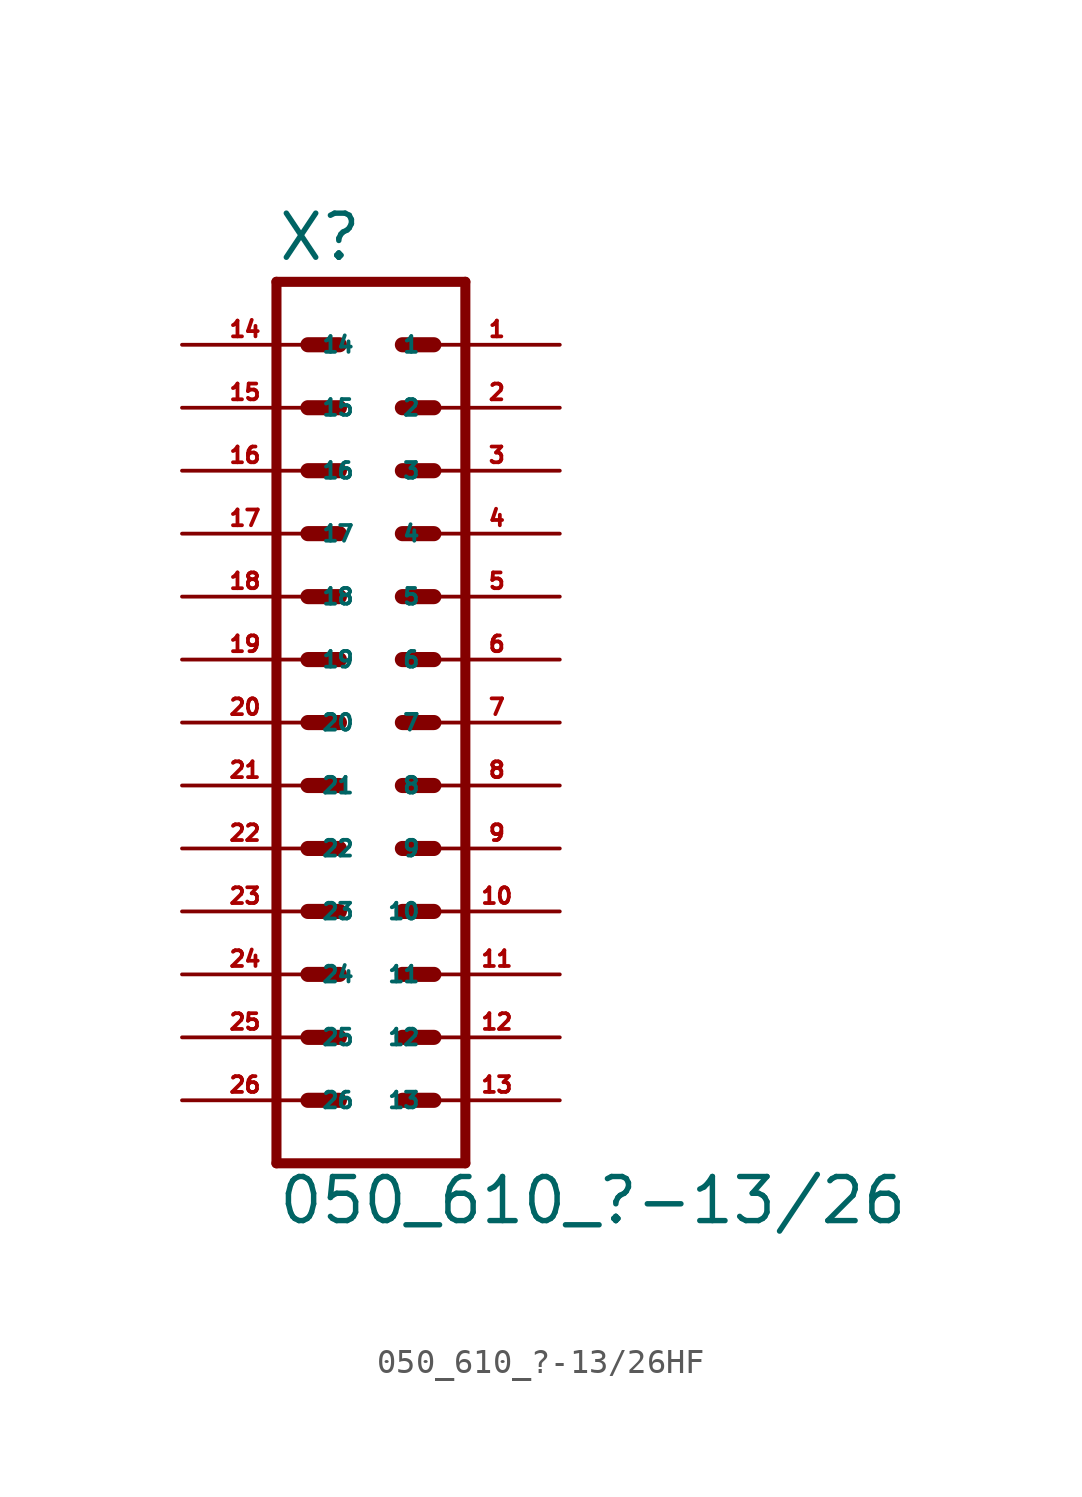
<source format=kicad_sym>
(kicad_symbol_lib
  (version 20220914)
  (generator Eagle2Kicad)
  (symbol "050_610_?-13/26HF"
    (property "Reference" "X"
      (at -3.81 18.542 0)
      (effects (font (size 1.778 1.778) (thickness 0.22)) (justify left bottom)))
    (property "Value" "050_610_?-13/26"
      (at -3.81 -20.32 0)
      (effects (font (size 1.778 1.778) (thickness 0.22)) (justify left bottom)))
    (polyline
      (pts (xy 3.81 -17.78) (xy -3.81 -17.78))
      (stroke (width 0.406) (type default))
      (fill (type none)))
    (polyline
      (pts (xy -3.81 17.78) (xy -3.81 -17.78))
      (stroke (width 0.406) (type default))
      (fill (type none)))
    (polyline
      (pts (xy 3.81 -17.78) (xy 3.81 17.78))
      (stroke (width 0.406) (type default))
      (fill (type none)))
    (polyline
      (pts (xy -3.81 17.78) (xy 3.81 17.78))
      (stroke (width 0.406) (type default))
      (fill (type none)))
    (polyline
      (pts (xy 1.27 15.24) (xy 2.54 15.24))
      (stroke (width 0.61) (type default))
      (fill (type none)))
    (polyline
      (pts (xy 1.27 12.7) (xy 2.54 12.7))
      (stroke (width 0.61) (type default))
      (fill (type none)))
    (polyline
      (pts (xy 1.27 10.16) (xy 2.54 10.16))
      (stroke (width 0.61) (type default))
      (fill (type none)))
    (polyline
      (pts (xy 1.27 7.62) (xy 2.54 7.62))
      (stroke (width 0.61) (type default))
      (fill (type none)))
    (polyline
      (pts (xy 1.27 5.08) (xy 2.54 5.08))
      (stroke (width 0.61) (type default))
      (fill (type none)))
    (polyline
      (pts (xy 1.27 2.54) (xy 2.54 2.54))
      (stroke (width 0.61) (type default))
      (fill (type none)))
    (polyline
      (pts (xy 1.27 0) (xy 2.54 0))
      (stroke (width 0.61) (type default))
      (fill (type none)))
    (polyline
      (pts (xy 1.27 -2.54) (xy 2.54 -2.54))
      (stroke (width 0.61) (type default))
      (fill (type none)))
    (polyline
      (pts (xy 1.27 -5.08) (xy 2.54 -5.08))
      (stroke (width 0.61) (type default))
      (fill (type none)))
    (polyline
      (pts (xy 1.27 -7.62) (xy 2.54 -7.62))
      (stroke (width 0.61) (type default))
      (fill (type none)))
    (polyline
      (pts (xy 1.27 -10.16) (xy 2.54 -10.16))
      (stroke (width 0.61) (type default))
      (fill (type none)))
    (polyline
      (pts (xy 1.27 -12.7) (xy 2.54 -12.7))
      (stroke (width 0.61) (type default))
      (fill (type none)))
    (polyline
      (pts (xy 1.27 -15.24) (xy 2.54 -15.24))
      (stroke (width 0.61) (type default))
      (fill (type none)))
    (polyline
      (pts (xy -1.27 15.24) (xy -2.54 15.24))
      (stroke (width 0.61) (type default))
      (fill (type none)))
    (polyline
      (pts (xy -1.27 12.7) (xy -2.54 12.7))
      (stroke (width 0.61) (type default))
      (fill (type none)))
    (polyline
      (pts (xy -1.27 10.16) (xy -2.54 10.16))
      (stroke (width 0.61) (type default))
      (fill (type none)))
    (polyline
      (pts (xy -1.27 7.62) (xy -2.54 7.62))
      (stroke (width 0.61) (type default))
      (fill (type none)))
    (polyline
      (pts (xy -1.27 5.08) (xy -2.54 5.08))
      (stroke (width 0.61) (type default))
      (fill (type none)))
    (polyline
      (pts (xy -1.27 2.54) (xy -2.54 2.54))
      (stroke (width 0.61) (type default))
      (fill (type none)))
    (polyline
      (pts (xy -1.27 0) (xy -2.54 0))
      (stroke (width 0.61) (type default))
      (fill (type none)))
    (polyline
      (pts (xy -1.27 -2.54) (xy -2.54 -2.54))
      (stroke (width 0.61) (type default))
      (fill (type none)))
    (polyline
      (pts (xy -1.27 -5.08) (xy -2.54 -5.08))
      (stroke (width 0.61) (type default))
      (fill (type none)))
    (polyline
      (pts (xy -1.27 -7.62) (xy -2.54 -7.62))
      (stroke (width 0.61) (type default))
      (fill (type none)))
    (polyline
      (pts (xy -1.27 -10.16) (xy -2.54 -10.16))
      (stroke (width 0.61) (type default))
      (fill (type none)))
    (polyline
      (pts (xy -1.27 -12.7) (xy -2.54 -12.7))
      (stroke (width 0.61) (type default))
      (fill (type none)))
    (polyline
      (pts (xy -1.27 -15.24) (xy -2.54 -15.24))
      (stroke (width 0.61) (type default))
      (fill (type none)))
    (pin passive line
      (at 7.62 15.24 180)
      (length 5.08)
      (name "1" (effects (font (size 0.635 0.635) (thickness 0.08)) (justify left bottom)))
      (number "1" (effects (font (size 0.635 0.635) (thickness 0.08)) (justify left bottom))))
    (pin passive line
      (at 7.62 12.7 180)
      (length 5.08)
      (name "2" (effects (font (size 0.635 0.635) (thickness 0.08)) (justify left bottom)))
      (number "2" (effects (font (size 0.635 0.635) (thickness 0.08)) (justify left bottom))))
    (pin passive line
      (at 7.62 10.16 180)
      (length 5.08)
      (name "3" (effects (font (size 0.635 0.635) (thickness 0.08)) (justify left bottom)))
      (number "3" (effects (font (size 0.635 0.635) (thickness 0.08)) (justify left bottom))))
    (pin passive line
      (at 7.62 7.62 180)
      (length 5.08)
      (name "4" (effects (font (size 0.635 0.635) (thickness 0.08)) (justify left bottom)))
      (number "4" (effects (font (size 0.635 0.635) (thickness 0.08)) (justify left bottom))))
    (pin passive line
      (at 7.62 5.08 180)
      (length 5.08)
      (name "5" (effects (font (size 0.635 0.635) (thickness 0.08)) (justify left bottom)))
      (number "5" (effects (font (size 0.635 0.635) (thickness 0.08)) (justify left bottom))))
    (pin passive line
      (at 7.62 2.54 180)
      (length 5.08)
      (name "6" (effects (font (size 0.635 0.635) (thickness 0.08)) (justify left bottom)))
      (number "6" (effects (font (size 0.635 0.635) (thickness 0.08)) (justify left bottom))))
    (pin passive line
      (at 7.62 0 180)
      (length 5.08)
      (name "7" (effects (font (size 0.635 0.635) (thickness 0.08)) (justify left bottom)))
      (number "7" (effects (font (size 0.635 0.635) (thickness 0.08)) (justify left bottom))))
    (pin passive line
      (at 7.62 -2.54 180)
      (length 5.08)
      (name "8" (effects (font (size 0.635 0.635) (thickness 0.08)) (justify left bottom)))
      (number "8" (effects (font (size 0.635 0.635) (thickness 0.08)) (justify left bottom))))
    (pin passive line
      (at 7.62 -5.08 180)
      (length 5.08)
      (name "9" (effects (font (size 0.635 0.635) (thickness 0.08)) (justify left bottom)))
      (number "9" (effects (font (size 0.635 0.635) (thickness 0.08)) (justify left bottom))))
    (pin passive line
      (at 7.62 -7.62 180)
      (length 5.08)
      (name "10" (effects (font (size 0.635 0.635) (thickness 0.08)) (justify left bottom)))
      (number "10" (effects (font (size 0.635 0.635) (thickness 0.08)) (justify left bottom))))
    (pin passive line
      (at 7.62 -10.16 180)
      (length 5.08)
      (name "11" (effects (font (size 0.635 0.635) (thickness 0.08)) (justify left bottom)))
      (number "11" (effects (font (size 0.635 0.635) (thickness 0.08)) (justify left bottom))))
    (pin passive line
      (at 7.62 -12.7 180)
      (length 5.08)
      (name "12" (effects (font (size 0.635 0.635) (thickness 0.08)) (justify left bottom)))
      (number "12" (effects (font (size 0.635 0.635) (thickness 0.08)) (justify left bottom))))
    (pin passive line
      (at 7.62 -15.24 180)
      (length 5.08)
      (name "13" (effects (font (size 0.635 0.635) (thickness 0.08)) (justify left bottom)))
      (number "13" (effects (font (size 0.635 0.635) (thickness 0.08)) (justify left bottom))))
    (pin passive line
      (at -7.62 15.24 0)
      (length 5.08)
      (name "14" (effects (font (size 0.635 0.635) (thickness 0.08)) (justify left bottom)))
      (number "14" (effects (font (size 0.635 0.635) (thickness 0.08)) (justify left bottom))))
    (pin passive line
      (at -7.62 12.7 0)
      (length 5.08)
      (name "15" (effects (font (size 0.635 0.635) (thickness 0.08)) (justify left bottom)))
      (number "15" (effects (font (size 0.635 0.635) (thickness 0.08)) (justify left bottom))))
    (pin passive line
      (at -7.62 10.16 0)
      (length 5.08)
      (name "16" (effects (font (size 0.635 0.635) (thickness 0.08)) (justify left bottom)))
      (number "16" (effects (font (size 0.635 0.635) (thickness 0.08)) (justify left bottom))))
    (pin passive line
      (at -7.62 7.62 0)
      (length 5.08)
      (name "17" (effects (font (size 0.635 0.635) (thickness 0.08)) (justify left bottom)))
      (number "17" (effects (font (size 0.635 0.635) (thickness 0.08)) (justify left bottom))))
    (pin passive line
      (at -7.62 5.08 0)
      (length 5.08)
      (name "18" (effects (font (size 0.635 0.635) (thickness 0.08)) (justify left bottom)))
      (number "18" (effects (font (size 0.635 0.635) (thickness 0.08)) (justify left bottom))))
    (pin passive line
      (at -7.62 2.54 0)
      (length 5.08)
      (name "19" (effects (font (size 0.635 0.635) (thickness 0.08)) (justify left bottom)))
      (number "19" (effects (font (size 0.635 0.635) (thickness 0.08)) (justify left bottom))))
    (pin passive line
      (at -7.62 0 0)
      (length 5.08)
      (name "20" (effects (font (size 0.635 0.635) (thickness 0.08)) (justify left bottom)))
      (number "20" (effects (font (size 0.635 0.635) (thickness 0.08)) (justify left bottom))))
    (pin passive line
      (at -7.62 -2.54 0)
      (length 5.08)
      (name "21" (effects (font (size 0.635 0.635) (thickness 0.08)) (justify left bottom)))
      (number "21" (effects (font (size 0.635 0.635) (thickness 0.08)) (justify left bottom))))
    (pin passive line
      (at -7.62 -5.08 0)
      (length 5.08)
      (name "22" (effects (font (size 0.635 0.635) (thickness 0.08)) (justify left bottom)))
      (number "22" (effects (font (size 0.635 0.635) (thickness 0.08)) (justify left bottom))))
    (pin passive line
      (at -7.62 -7.62 0)
      (length 5.08)
      (name "23" (effects (font (size 0.635 0.635) (thickness 0.08)) (justify left bottom)))
      (number "23" (effects (font (size 0.635 0.635) (thickness 0.08)) (justify left bottom))))
    (pin passive line
      (at -7.62 -10.16 0)
      (length 5.08)
      (name "24" (effects (font (size 0.635 0.635) (thickness 0.08)) (justify left bottom)))
      (number "24" (effects (font (size 0.635 0.635) (thickness 0.08)) (justify left bottom))))
    (pin passive line
      (at -7.62 -12.7 0)
      (length 5.08)
      (name "25" (effects (font (size 0.635 0.635) (thickness 0.08)) (justify left bottom)))
      (number "25" (effects (font (size 0.635 0.635) (thickness 0.08)) (justify left bottom))))
    (pin passive line
      (at -7.62 -15.24 0)
      (length 5.08)
      (name "26" (effects (font (size 0.635 0.635) (thickness 0.08)) (justify left bottom)))
      (number "26" (effects (font (size 0.635 0.635) (thickness 0.08)) (justify left bottom))))))
</source>
